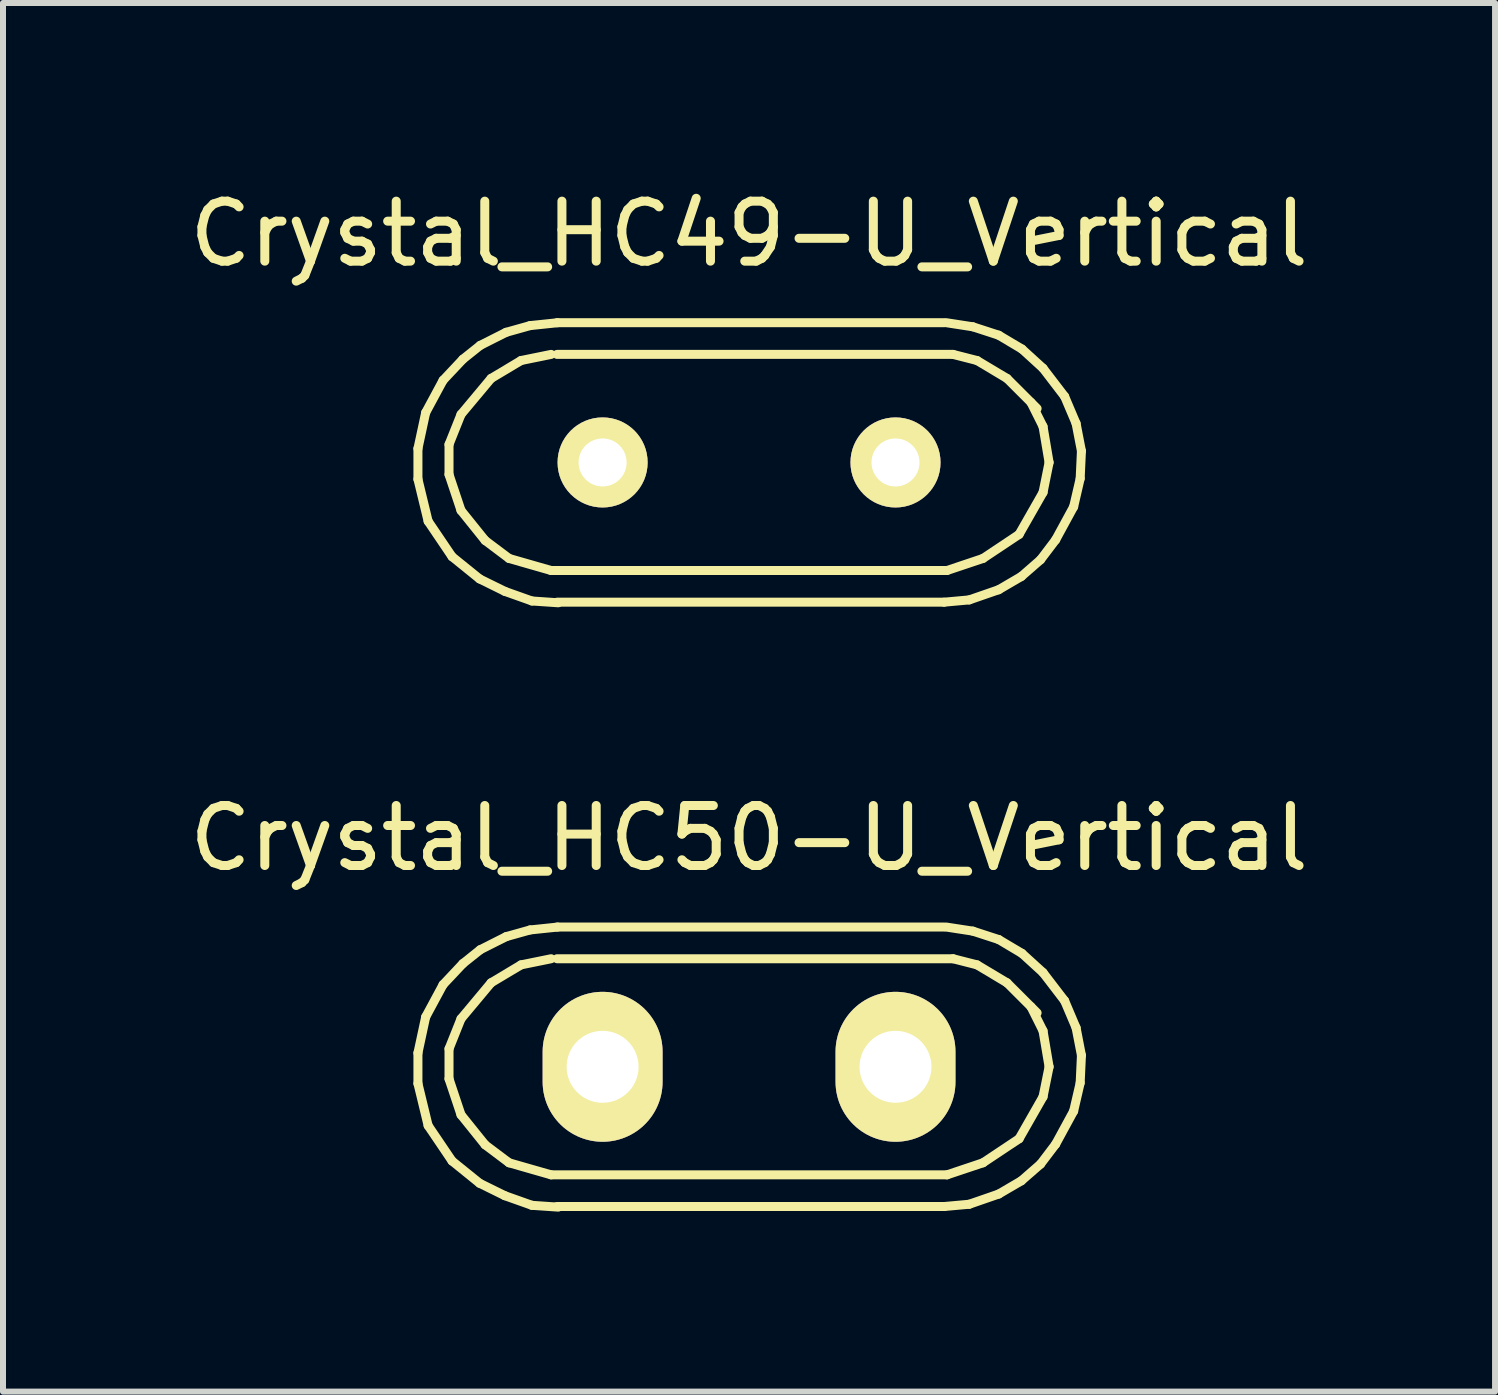
<source format=kicad_pcb>
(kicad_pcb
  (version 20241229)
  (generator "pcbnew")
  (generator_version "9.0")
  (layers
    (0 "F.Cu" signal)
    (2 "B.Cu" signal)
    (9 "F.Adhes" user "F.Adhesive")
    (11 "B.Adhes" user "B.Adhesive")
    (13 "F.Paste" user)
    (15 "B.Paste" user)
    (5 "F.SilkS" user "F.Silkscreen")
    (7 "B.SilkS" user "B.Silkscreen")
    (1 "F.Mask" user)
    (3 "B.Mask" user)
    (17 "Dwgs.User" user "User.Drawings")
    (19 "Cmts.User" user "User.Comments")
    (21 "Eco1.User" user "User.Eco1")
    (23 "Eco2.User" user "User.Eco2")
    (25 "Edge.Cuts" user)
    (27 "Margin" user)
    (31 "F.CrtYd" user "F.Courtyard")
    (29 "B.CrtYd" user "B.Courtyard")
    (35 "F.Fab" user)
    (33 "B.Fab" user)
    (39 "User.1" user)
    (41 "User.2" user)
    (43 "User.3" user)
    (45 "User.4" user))
  (footprint "Crystal_HC49-U_Vertical"
    (layer "F.Cu")
    (at 9.435 4.658)
    (property "Reference" "Crystal_HC49-U_Vertical" (at 0 -3.81 0) (layer "F.SilkS") (effects (font (size 1 1) (thickness 0.15))))
    (attr through_hole)
    (fp_line (start -5.519 -0.231) (end -5.519 0.279) (stroke (width 0.15) (type solid)) (layer "F.SilkS"))
    (fp_line (start -5.519 0.279) (end -5.349 0.98) (stroke (width 0.15) (type solid)) (layer "F.SilkS"))
    (fp_line (start -5.39 -0.831) (end -5.519 -0.231) (stroke (width 0.15) (type solid)) (layer "F.SilkS"))
    (fp_line (start -5.349 0.98) (end -4.95 1.57) (stroke (width 0.15) (type solid)) (layer "F.SilkS"))
    (fp_line (start -5.1 -1.369) (end -5.39 -0.831) (stroke (width 0.15) (type solid)) (layer "F.SilkS"))
    (fp_line (start -5.001 -0.3) (end -4.801 -0.8) (stroke (width 0.15) (type solid)) (layer "F.SilkS"))
    (fp_line (start -5.001 0.201) (end -5.001 -0.3) (stroke (width 0.15) (type solid)) (layer "F.SilkS"))
    (fp_line (start -4.95 1.57) (end -4.491 1.941) (stroke (width 0.15) (type solid)) (layer "F.SilkS"))
    (fp_line (start -4.801 -0.8) (end -4.3 -1.4) (stroke (width 0.15) (type solid)) (layer "F.SilkS"))
    (fp_line (start -4.801 0.8) (end -5.001 0.201) (stroke (width 0.15) (type solid)) (layer "F.SilkS"))
    (fp_line (start -4.77 -1.72) (end -5.1 -1.369) (stroke (width 0.15) (type solid)) (layer "F.SilkS"))
    (fp_line (start -4.491 1.941) (end -4.069 2.149) (stroke (width 0.15) (type solid)) (layer "F.SilkS"))
    (fp_line (start -4.481 -1.951) (end -4.77 -1.72) (stroke (width 0.15) (type solid)) (layer "F.SilkS"))
    (fp_line (start -4.399 1.3) (end -4.801 0.8) (stroke (width 0.15) (type solid)) (layer "F.SilkS"))
    (fp_line (start -4.3 -1.4) (end -3.8 -1.699) (stroke (width 0.15) (type solid)) (layer "F.SilkS"))
    (fp_line (start -4.069 2.149) (end -3.619 2.309) (stroke (width 0.15) (type solid)) (layer "F.SilkS"))
    (fp_line (start -4.049 -2.169) (end -4.481 -1.951) (stroke (width 0.15) (type solid)) (layer "F.SilkS"))
    (fp_line (start -4 1.6) (end -4.399 1.3) (stroke (width 0.15) (type solid)) (layer "F.SilkS"))
    (fp_line (start -3.8 -1.699) (end -3.299 -1.801) (stroke (width 0.15) (type solid)) (layer "F.SilkS"))
    (fp_line (start -3.65 -2.281) (end -4.049 -2.169) (stroke (width 0.15) (type solid)) (layer "F.SilkS"))
    (fp_line (start -3.619 2.309) (end -3.18 2.339) (stroke (width 0.15) (type solid)) (layer "F.SilkS"))
    (fp_line (start -3.299 1.801) (end -4 1.6) (stroke (width 0.15) (type solid)) (layer "F.SilkS"))
    (fp_line (start -3.2 -2.329) (end 3.251 -2.329) (stroke (width 0.15) (type solid)) (layer "F.SilkS"))
    (fp_line (start -3.2 -1.801) (end 3.401 -1.801) (stroke (width 0.15) (type solid)) (layer "F.SilkS"))
    (fp_line (start -3.2 2.329) (end 3.251 2.329) (stroke (width 0.15) (type solid)) (layer "F.SilkS"))
    (fp_line (start -3.19 -2.329) (end -3.65 -2.281) (stroke (width 0.15) (type solid)) (layer "F.SilkS"))
    (fp_line (start 3.251 2.329) (end 3.67 2.291) (stroke (width 0.15) (type solid)) (layer "F.SilkS"))
    (fp_line (start 3.299 1.801) (end -3.299 1.801) (stroke (width 0.15) (type solid)) (layer "F.SilkS"))
    (fp_line (start 3.401 -1.801) (end 3.8 -1.699) (stroke (width 0.15) (type solid)) (layer "F.SilkS"))
    (fp_line (start 3.67 2.291) (end 4.161 2.121) (stroke (width 0.15) (type solid)) (layer "F.SilkS"))
    (fp_line (start 3.731 -2.261) (end 3.289 -2.329) (stroke (width 0.15) (type solid)) (layer "F.SilkS"))
    (fp_line (start 3.8 -1.699) (end 4.3 -1.4) (stroke (width 0.15) (type solid)) (layer "F.SilkS"))
    (fp_line (start 3.899 1.6) (end 3.299 1.801) (stroke (width 0.15) (type solid)) (layer "F.SilkS"))
    (fp_line (start 4.161 -2.121) (end 3.731 -2.261) (stroke (width 0.15) (type solid)) (layer "F.SilkS"))
    (fp_line (start 4.161 2.121) (end 4.539 1.9) (stroke (width 0.15) (type solid)) (layer "F.SilkS"))
    (fp_line (start 4.3 -1.4) (end 4.801 -0.899) (stroke (width 0.15) (type solid)) (layer "F.SilkS"))
    (fp_line (start 4.501 1.199) (end 3.899 1.6) (stroke (width 0.15) (type solid)) (layer "F.SilkS"))
    (fp_line (start 4.539 1.9) (end 4.859 1.621) (stroke (width 0.15) (type solid)) (layer "F.SilkS"))
    (fp_line (start 4.549 -1.89) (end 4.161 -2.121) (stroke (width 0.15) (type solid)) (layer "F.SilkS"))
    (fp_line (start 4.699 -1.001) (end 4.9 -0.599) (stroke (width 0.15) (type solid)) (layer "F.SilkS"))
    (fp_line (start 4.859 1.621) (end 5.11 1.29) (stroke (width 0.15) (type solid)) (layer "F.SilkS"))
    (fp_line (start 4.9 -1.57) (end 4.549 -1.89) (stroke (width 0.15) (type solid)) (layer "F.SilkS"))
    (fp_line (start 4.9 -0.599) (end 5.001 0) (stroke (width 0.15) (type solid)) (layer "F.SilkS"))
    (fp_line (start 4.9 0.5) (end 4.501 1.199) (stroke (width 0.15) (type solid)) (layer "F.SilkS"))
    (fp_line (start 5.001 0) (end 4.9 0.5) (stroke (width 0.15) (type solid)) (layer "F.SilkS"))
    (fp_line (start 5.11 1.29) (end 5.41 0.739) (stroke (width 0.15) (type solid)) (layer "F.SilkS"))
    (fp_line (start 5.26 -1.1) (end 4.9 -1.57) (stroke (width 0.15) (type solid)) (layer "F.SilkS"))
    (fp_line (start 5.41 0.739) (end 5.519 0.269) (stroke (width 0.15) (type solid)) (layer "F.SilkS"))
    (fp_line (start 5.451 -0.65) (end 5.26 -1.1) (stroke (width 0.15) (type solid)) (layer "F.SilkS"))
    (fp_line (start 5.519 0.269) (end 5.54 -0.191) (stroke (width 0.15) (type solid)) (layer "F.SilkS"))
    (fp_line (start 5.54 -0.191) (end 5.451 -0.65) (stroke (width 0.15) (type solid)) (layer "F.SilkS"))
    (pad "1" thru_hole circle (at -2.441 0) (size 1.501 1.501) (drill 0.8) (layers "*.Cu" "*.Mask" "F.SilkS"))
    (pad "2" thru_hole circle (at 2.441 0) (size 1.501 1.501) (drill 0.8) (layers "*.Cu" "*.Mask" "F.SilkS")))
  (footprint "Crystal_HC50-U_Vertical"
    (layer "F.Cu")
    (at 9.435 14.731)
    (property "Reference" "Crystal_HC50-U_Vertical" (at 0 -3.81 0) (layer "F.SilkS") (effects (font (size 1 1) (thickness 0.15))))
    (attr through_hole)
    (fp_line (start -5.519 -0.231) (end -5.519 0.279) (stroke (width 0.15) (type solid)) (layer "F.SilkS"))
    (fp_line (start -5.519 0.279) (end -5.349 0.98) (stroke (width 0.15) (type solid)) (layer "F.SilkS"))
    (fp_line (start -5.39 -0.831) (end -5.519 -0.231) (stroke (width 0.15) (type solid)) (layer "F.SilkS"))
    (fp_line (start -5.349 0.98) (end -4.95 1.57) (stroke (width 0.15) (type solid)) (layer "F.SilkS"))
    (fp_line (start -5.1 -1.369) (end -5.39 -0.831) (stroke (width 0.15) (type solid)) (layer "F.SilkS"))
    (fp_line (start -5.001 -0.3) (end -4.801 -0.8) (stroke (width 0.15) (type solid)) (layer "F.SilkS"))
    (fp_line (start -5.001 0.201) (end -5.001 -0.3) (stroke (width 0.15) (type solid)) (layer "F.SilkS"))
    (fp_line (start -4.95 1.57) (end -4.491 1.941) (stroke (width 0.15) (type solid)) (layer "F.SilkS"))
    (fp_line (start -4.801 -0.8) (end -4.3 -1.4) (stroke (width 0.15) (type solid)) (layer "F.SilkS"))
    (fp_line (start -4.801 0.8) (end -5.001 0.201) (stroke (width 0.15) (type solid)) (layer "F.SilkS"))
    (fp_line (start -4.77 -1.72) (end -5.1 -1.369) (stroke (width 0.15) (type solid)) (layer "F.SilkS"))
    (fp_line (start -4.491 1.941) (end -4.069 2.149) (stroke (width 0.15) (type solid)) (layer "F.SilkS"))
    (fp_line (start -4.481 -1.951) (end -4.77 -1.72) (stroke (width 0.15) (type solid)) (layer "F.SilkS"))
    (fp_line (start -4.399 1.3) (end -4.801 0.8) (stroke (width 0.15) (type solid)) (layer "F.SilkS"))
    (fp_line (start -4.3 -1.4) (end -3.8 -1.699) (stroke (width 0.15) (type solid)) (layer "F.SilkS"))
    (fp_line (start -4.069 2.149) (end -3.619 2.309) (stroke (width 0.15) (type solid)) (layer "F.SilkS"))
    (fp_line (start -4.049 -2.169) (end -4.481 -1.951) (stroke (width 0.15) (type solid)) (layer "F.SilkS"))
    (fp_line (start -4 1.6) (end -4.399 1.3) (stroke (width 0.15) (type solid)) (layer "F.SilkS"))
    (fp_line (start -3.8 -1.699) (end -3.299 -1.801) (stroke (width 0.15) (type solid)) (layer "F.SilkS"))
    (fp_line (start -3.65 -2.281) (end -4.049 -2.169) (stroke (width 0.15) (type solid)) (layer "F.SilkS"))
    (fp_line (start -3.619 2.309) (end -3.18 2.339) (stroke (width 0.15) (type solid)) (layer "F.SilkS"))
    (fp_line (start -3.299 1.801) (end -4 1.6) (stroke (width 0.15) (type solid)) (layer "F.SilkS"))
    (fp_line (start -3.2 -2.329) (end 3.251 -2.329) (stroke (width 0.15) (type solid)) (layer "F.SilkS"))
    (fp_line (start -3.2 -1.801) (end 3.401 -1.801) (stroke (width 0.15) (type solid)) (layer "F.SilkS"))
    (fp_line (start -3.2 2.329) (end 3.251 2.329) (stroke (width 0.15) (type solid)) (layer "F.SilkS"))
    (fp_line (start -3.19 -2.329) (end -3.65 -2.281) (stroke (width 0.15) (type solid)) (layer "F.SilkS"))
    (fp_line (start 3.251 2.329) (end 3.67 2.291) (stroke (width 0.15) (type solid)) (layer "F.SilkS"))
    (fp_line (start 3.299 1.801) (end -3.299 1.801) (stroke (width 0.15) (type solid)) (layer "F.SilkS"))
    (fp_line (start 3.401 -1.801) (end 3.8 -1.699) (stroke (width 0.15) (type solid)) (layer "F.SilkS"))
    (fp_line (start 3.67 2.291) (end 4.161 2.121) (stroke (width 0.15) (type solid)) (layer "F.SilkS"))
    (fp_line (start 3.731 -2.261) (end 3.289 -2.329) (stroke (width 0.15) (type solid)) (layer "F.SilkS"))
    (fp_line (start 3.8 -1.699) (end 4.3 -1.4) (stroke (width 0.15) (type solid)) (layer "F.SilkS"))
    (fp_line (start 3.899 1.6) (end 3.299 1.801) (stroke (width 0.15) (type solid)) (layer "F.SilkS"))
    (fp_line (start 4.161 -2.121) (end 3.731 -2.261) (stroke (width 0.15) (type solid)) (layer "F.SilkS"))
    (fp_line (start 4.161 2.121) (end 4.539 1.9) (stroke (width 0.15) (type solid)) (layer "F.SilkS"))
    (fp_line (start 4.3 -1.4) (end 4.801 -0.899) (stroke (width 0.15) (type solid)) (layer "F.SilkS"))
    (fp_line (start 4.501 1.199) (end 3.899 1.6) (stroke (width 0.15) (type solid)) (layer "F.SilkS"))
    (fp_line (start 4.539 1.9) (end 4.859 1.621) (stroke (width 0.15) (type solid)) (layer "F.SilkS"))
    (fp_line (start 4.549 -1.89) (end 4.161 -2.121) (stroke (width 0.15) (type solid)) (layer "F.SilkS"))
    (fp_line (start 4.699 -1.001) (end 4.9 -0.599) (stroke (width 0.15) (type solid)) (layer "F.SilkS"))
    (fp_line (start 4.859 1.621) (end 5.11 1.29) (stroke (width 0.15) (type solid)) (layer "F.SilkS"))
    (fp_line (start 4.9 -1.57) (end 4.549 -1.89) (stroke (width 0.15) (type solid)) (layer "F.SilkS"))
    (fp_line (start 4.9 -0.599) (end 5.001 0) (stroke (width 0.15) (type solid)) (layer "F.SilkS"))
    (fp_line (start 4.9 0.5) (end 4.501 1.199) (stroke (width 0.15) (type solid)) (layer "F.SilkS"))
    (fp_line (start 5.001 0) (end 4.9 0.5) (stroke (width 0.15) (type solid)) (layer "F.SilkS"))
    (fp_line (start 5.11 1.29) (end 5.41 0.739) (stroke (width 0.15) (type solid)) (layer "F.SilkS"))
    (fp_line (start 5.26 -1.1) (end 4.9 -1.57) (stroke (width 0.15) (type solid)) (layer "F.SilkS"))
    (fp_line (start 5.41 0.739) (end 5.519 0.269) (stroke (width 0.15) (type solid)) (layer "F.SilkS"))
    (fp_line (start 5.451 -0.65) (end 5.26 -1.1) (stroke (width 0.15) (type solid)) (layer "F.SilkS"))
    (fp_line (start 5.519 0.269) (end 5.54 -0.191) (stroke (width 0.15) (type solid)) (layer "F.SilkS"))
    (fp_line (start 5.54 -0.191) (end 5.451 -0.65) (stroke (width 0.15) (type solid)) (layer "F.SilkS"))
    (pad "1" thru_hole oval (at -2.441 0) (size 1.999 2.499) (drill 1.199) (layers "*.Cu" "*.Mask" "F.SilkS"))
    (pad "2" thru_hole oval (at 2.441 0) (size 1.999 2.499) (drill 1.199) (layers "*.Cu" "*.Mask" "F.SilkS")))
  (gr_rect
    (start -3 -3)
    (end 21.869 20.145)
    (stroke (width 0.1) (type default))
    (fill no)
    (layer "Edge.Cuts")))
</source>
